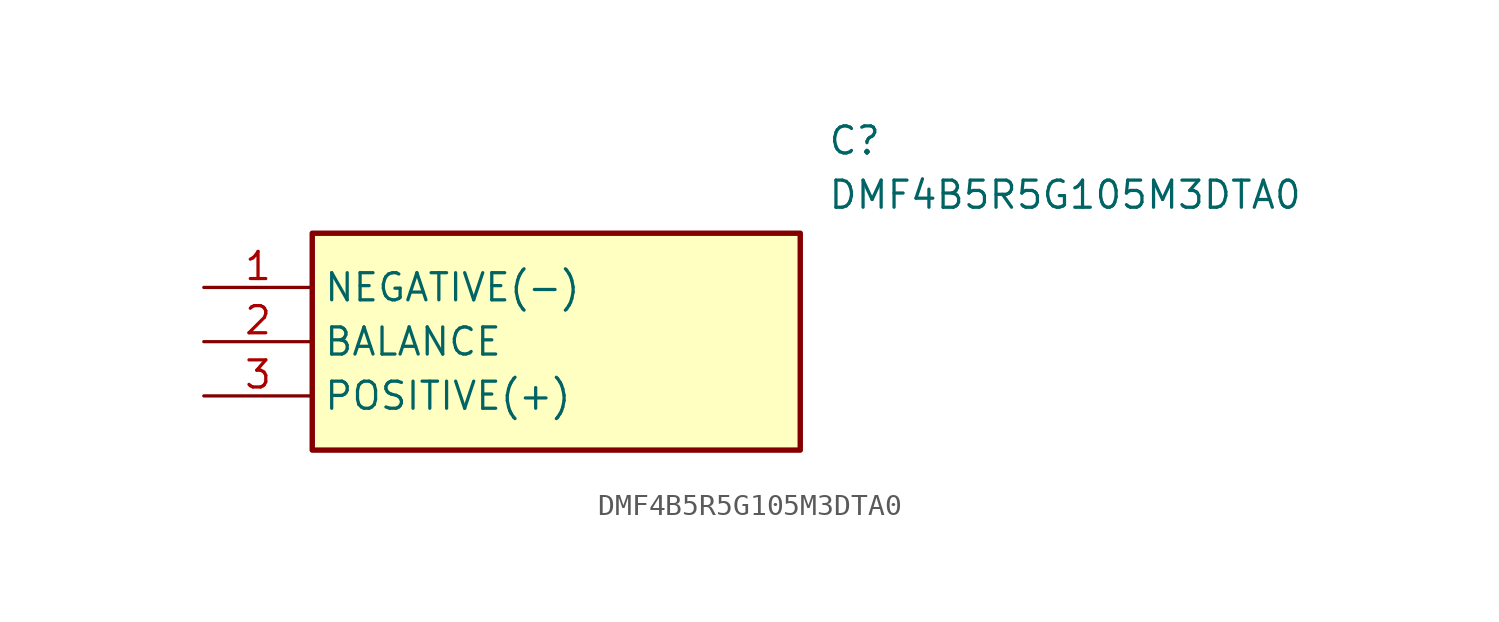
<source format=kicad_sym>
(kicad_symbol_lib
  (version 20211014)
  (generator SamacSys_ECAD_Model)
  (symbol "DMF4B5R5G105M3DTA0"
    (property "Reference" "C"
      (at 29.21 7.62 0)
      (effects (font (size 1.27 1.27)) (justify left top)))
    (property "Value" "DMF4B5R5G105M3DTA0"
      (at 29.21 5.08 0)
      (effects (font (size 1.27 1.27)) (justify left top)))
    (rectangle
      (start 5.08 2.54)
      (end 27.94 -7.62)
      (stroke (width 0.254) (type default))
      (fill (type background)))
    (pin passive line
      (at 0 0 0)
      (length 5.08)
      (name "NEGATIVE(-)" (effects (font (size 1.27 1.27))))
      (number "1" (effects (font (size 1.27 1.27)))))
    (pin passive line
      (at 0 -2.54 0)
      (length 5.08)
      (name "BALANCE" (effects (font (size 1.27 1.27))))
      (number "2" (effects (font (size 1.27 1.27)))))
    (pin passive line
      (at 0 -5.08 0)
      (length 5.08)
      (name "POSITIVE(+)" (effects (font (size 1.27 1.27))))
      (number "3" (effects (font (size 1.27 1.27)))))))
</source>
